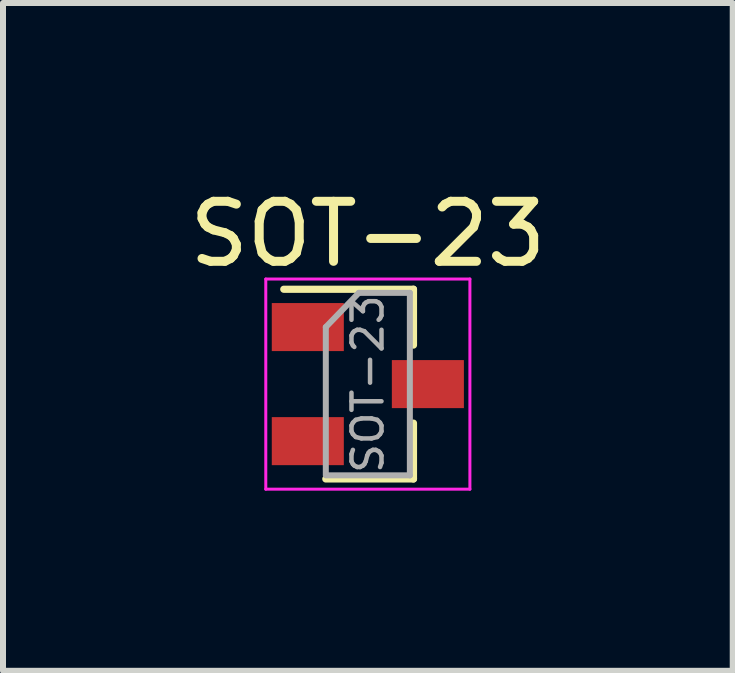
<source format=kicad_pcb>
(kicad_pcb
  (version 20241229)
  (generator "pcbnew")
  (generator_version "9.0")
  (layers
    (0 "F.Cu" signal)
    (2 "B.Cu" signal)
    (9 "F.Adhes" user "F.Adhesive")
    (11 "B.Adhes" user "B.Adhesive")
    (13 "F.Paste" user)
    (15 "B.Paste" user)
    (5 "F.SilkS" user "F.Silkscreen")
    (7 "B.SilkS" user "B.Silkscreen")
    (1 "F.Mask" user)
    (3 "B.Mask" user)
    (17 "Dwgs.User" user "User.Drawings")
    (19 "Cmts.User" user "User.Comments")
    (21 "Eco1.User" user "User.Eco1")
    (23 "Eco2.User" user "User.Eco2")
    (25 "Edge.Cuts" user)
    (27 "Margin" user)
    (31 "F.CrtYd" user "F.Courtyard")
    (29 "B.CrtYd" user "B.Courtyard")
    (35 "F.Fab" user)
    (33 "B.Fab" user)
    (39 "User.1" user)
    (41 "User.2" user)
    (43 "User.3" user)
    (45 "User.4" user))
  (footprint "SOT-23"
    (layer "F.Cu")
    (at 3.077 3.348)
    (property "Reference" "SOT-23" (at 0 -2.5 0) (layer "F.SilkS") (effects (font (size 1 1) (thickness 0.15))))
    (attr smd)
    (fp_line (start 0.76 -1.58) (end -1.4 -1.58) (stroke (width 0.12) (type solid)) (layer "F.SilkS"))
    (fp_line (start 0.76 -1.58) (end 0.76 -0.65) (stroke (width 0.12) (type solid)) (layer "F.SilkS"))
    (fp_line (start 0.76 1.58) (end -0.7 1.58) (stroke (width 0.12) (type solid)) (layer "F.SilkS"))
    (fp_line (start 0.76 1.58) (end 0.76 0.65) (stroke (width 0.12) (type solid)) (layer "F.SilkS"))
    (fp_line (start -1.7 -1.75) (end 1.7 -1.75) (stroke (width 0.05) (type solid)) (layer "F.CrtYd"))
    (fp_line (start -1.7 1.75) (end -1.7 -1.75) (stroke (width 0.05) (type solid)) (layer "F.CrtYd"))
    (fp_line (start 1.7 -1.75) (end 1.7 1.75) (stroke (width 0.05) (type solid)) (layer "F.CrtYd"))
    (fp_line (start 1.7 1.75) (end -1.7 1.75) (stroke (width 0.05) (type solid)) (layer "F.CrtYd"))
    (fp_line (start -0.7 -0.95) (end -0.7 1.5) (stroke (width 0.1) (type solid)) (layer "F.Fab"))
    (fp_line (start -0.7 -0.95) (end -0.15 -1.52) (stroke (width 0.1) (type solid)) (layer "F.Fab"))
    (fp_line (start -0.7 1.52) (end 0.7 1.52) (stroke (width 0.1) (type solid)) (layer "F.Fab"))
    (fp_line (start -0.15 -1.52) (end 0.7 -1.52) (stroke (width 0.1) (type solid)) (layer "F.Fab"))
    (fp_line (start 0.7 -1.52) (end 0.7 1.52) (stroke (width 0.1) (type solid)) (layer "F.Fab"))
    (fp_text user "${REFERENCE}" (at 0 0 90) (layer "F.Fab") (effects (font (size 0.5 0.5) (thickness 0.075))))
    (pad "1" smd rect (at -1 -0.95) (size 1.2 0.8) (layers "F.Cu" "F.Mask" "F.Paste"))
    (pad "2" smd rect (at -1 0.95) (size 1.2 0.8) (layers "F.Cu" "F.Mask" "F.Paste"))
    (pad "3" smd rect (at 1 0) (size 1.2 0.8) (layers "F.Cu" "F.Mask" "F.Paste")))
  (gr_rect
    (start -3 -3)
    (end 9.155 8.123)
    (stroke (width 0.1) (type default))
    (fill no)
    (layer "Edge.Cuts")))
</source>
